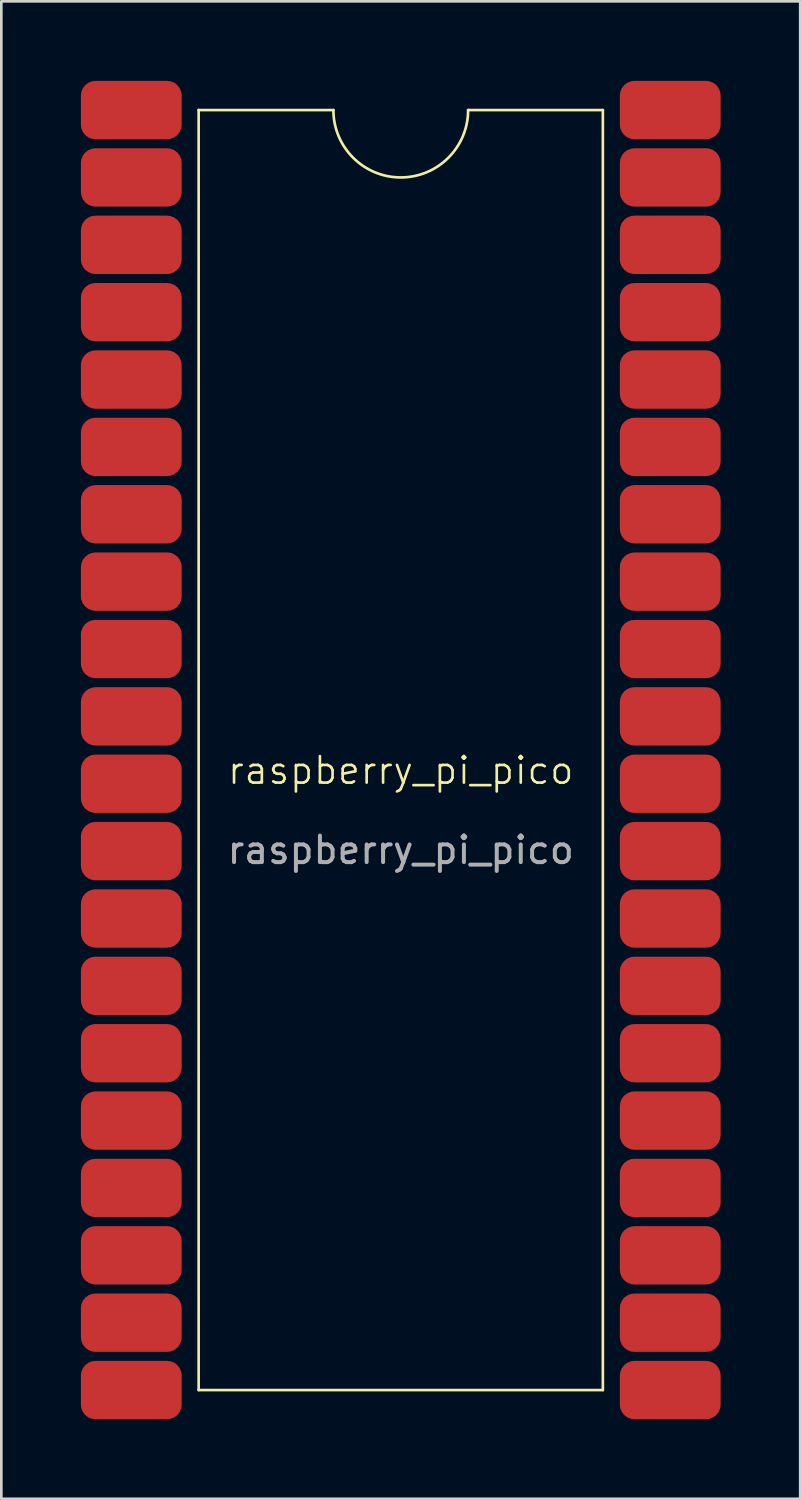
<source format=kicad_pcb>
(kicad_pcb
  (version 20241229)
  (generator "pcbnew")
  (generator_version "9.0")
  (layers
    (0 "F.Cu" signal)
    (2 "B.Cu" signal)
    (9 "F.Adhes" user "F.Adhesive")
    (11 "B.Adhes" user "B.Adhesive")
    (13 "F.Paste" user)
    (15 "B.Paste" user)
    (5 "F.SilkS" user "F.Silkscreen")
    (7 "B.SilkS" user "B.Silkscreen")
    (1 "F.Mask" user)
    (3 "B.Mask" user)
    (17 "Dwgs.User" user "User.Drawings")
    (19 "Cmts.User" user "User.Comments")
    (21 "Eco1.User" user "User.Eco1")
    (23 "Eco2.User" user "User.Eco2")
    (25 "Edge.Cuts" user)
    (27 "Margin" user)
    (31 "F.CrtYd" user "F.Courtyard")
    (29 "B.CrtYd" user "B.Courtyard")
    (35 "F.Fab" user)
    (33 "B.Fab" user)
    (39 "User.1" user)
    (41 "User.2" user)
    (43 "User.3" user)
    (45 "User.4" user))
  (footprint "raspberry_pi_pico"
    (layer "F.Cu")
    (at 12.06 26.5)
    (property "Reference" "raspberry_pi_pico" (at 0 -0.5 0) (unlocked yes) (layer "F.SilkS") (effects (font (size 1 1) (thickness 0.1))))
    (attr smd)
    (fp_line (start -7.62 -25.4) (end -2.54 -25.4) (stroke (width 0.1) (type default)) (layer "F.SilkS"))
    (fp_line (start -7.62 22.86) (end -7.62 -25.4) (stroke (width 0.1) (type default)) (layer "F.SilkS"))
    (fp_line (start 2.54 -25.4) (end 7.62 -25.4) (stroke (width 0.1) (type default)) (layer "F.SilkS"))
    (fp_line (start 7.62 -25.4) (end 7.62 22.86) (stroke (width 0.1) (type default)) (layer "F.SilkS"))
    (fp_line (start 7.62 22.86) (end -7.62 22.86) (stroke (width 0.1) (type default)) (layer "F.SilkS"))
    (fp_arc (start 2.54 -25.4) (mid 0 -22.86) (end -2.54 -25.4) (stroke (width 0.1) (type default)) (layer "F.SilkS"))
    (fp_text user "${REFERENCE}" (at 0 2.5 0) (unlocked yes) (layer "F.Fab") (effects (font (size 1 1) (thickness 0.15))))
    (pad "1" smd roundrect (at -10.16 -25.4) (size 3.8 2.2) (layers "F.Cu" "F.Mask" "F.Paste") (roundrect_rratio 0.25))
    (pad "2" smd roundrect (at -10.16 -22.86) (size 3.8 2.2) (layers "F.Cu" "F.Mask" "F.Paste") (roundrect_rratio 0.25))
    (pad "3" smd roundrect (at -10.16 -20.32) (size 3.8 2.2) (layers "F.Cu" "F.Mask" "F.Paste") (roundrect_rratio 0.25))
    (pad "4" smd roundrect (at -10.16 -17.78) (size 3.8 2.2) (layers "F.Cu" "F.Mask" "F.Paste") (roundrect_rratio 0.25))
    (pad "5" smd roundrect (at -10.16 -15.24) (size 3.8 2.2) (layers "F.Cu" "F.Mask" "F.Paste") (roundrect_rratio 0.25))
    (pad "6" smd roundrect (at -10.16 -12.7) (size 3.8 2.2) (layers "F.Cu" "F.Mask" "F.Paste") (roundrect_rratio 0.25))
    (pad "7" smd roundrect (at -10.16 -10.16) (size 3.8 2.2) (layers "F.Cu" "F.Mask" "F.Paste") (roundrect_rratio 0.25))
    (pad "8" smd roundrect (at -10.16 -7.62) (size 3.8 2.2) (layers "F.Cu" "F.Mask" "F.Paste") (roundrect_rratio 0.25))
    (pad "9" smd roundrect (at -10.16 -5.08) (size 3.8 2.2) (layers "F.Cu" "F.Mask" "F.Paste") (roundrect_rratio 0.25))
    (pad "10" smd roundrect (at -10.16 -2.54) (size 3.8 2.2) (layers "F.Cu" "F.Mask" "F.Paste") (roundrect_rratio 0.25))
    (pad "11" smd roundrect (at -10.16 0) (size 3.8 2.2) (layers "F.Cu" "F.Mask" "F.Paste") (roundrect_rratio 0.25))
    (pad "12" smd roundrect (at -10.16 2.54) (size 3.8 2.2) (layers "F.Cu" "F.Mask" "F.Paste") (roundrect_rratio 0.25))
    (pad "13" smd roundrect (at -10.16 5.08) (size 3.8 2.2) (layers "F.Cu" "F.Mask" "F.Paste") (roundrect_rratio 0.25))
    (pad "14" smd roundrect (at -10.16 7.62) (size 3.8 2.2) (layers "F.Cu" "F.Mask" "F.Paste") (roundrect_rratio 0.25))
    (pad "15" smd roundrect (at -10.16 10.16) (size 3.8 2.2) (layers "F.Cu" "F.Mask" "F.Paste") (roundrect_rratio 0.25))
    (pad "16" smd roundrect (at -10.16 12.7) (size 3.8 2.2) (layers "F.Cu" "F.Mask" "F.Paste") (roundrect_rratio 0.25))
    (pad "17" smd roundrect (at -10.16 15.24) (size 3.8 2.2) (layers "F.Cu" "F.Mask" "F.Paste") (roundrect_rratio 0.25))
    (pad "18" smd roundrect (at -10.16 17.78) (size 3.8 2.2) (layers "F.Cu" "F.Mask" "F.Paste") (roundrect_rratio 0.25))
    (pad "19" smd roundrect (at -10.16 20.32) (size 3.8 2.2) (layers "F.Cu" "F.Mask" "F.Paste") (roundrect_rratio 0.25))
    (pad "20" smd roundrect (at -10.16 22.86) (size 3.8 2.2) (layers "F.Cu" "F.Mask" "F.Paste") (roundrect_rratio 0.25))
    (pad "21" smd roundrect (at 10.16 22.86) (size 3.8 2.2) (layers "F.Cu" "F.Mask" "F.Paste") (roundrect_rratio 0.25))
    (pad "22" smd roundrect (at 10.16 20.32) (size 3.8 2.2) (layers "F.Cu" "F.Mask" "F.Paste") (roundrect_rratio 0.25))
    (pad "23" smd roundrect (at 10.16 17.78) (size 3.8 2.2) (layers "F.Cu" "F.Mask" "F.Paste") (roundrect_rratio 0.25))
    (pad "24" smd roundrect (at 10.16 15.24) (size 3.8 2.2) (layers "F.Cu" "F.Mask" "F.Paste") (roundrect_rratio 0.25))
    (pad "25" smd roundrect (at 10.16 12.7) (size 3.8 2.2) (layers "F.Cu" "F.Mask" "F.Paste") (roundrect_rratio 0.25))
    (pad "26" smd roundrect (at 10.16 10.16) (size 3.8 2.2) (layers "F.Cu" "F.Mask" "F.Paste") (roundrect_rratio 0.25))
    (pad "27" smd roundrect (at 10.16 7.62) (size 3.8 2.2) (layers "F.Cu" "F.Mask" "F.Paste") (roundrect_rratio 0.25))
    (pad "28" smd roundrect (at 10.16 5.08) (size 3.8 2.2) (layers "F.Cu" "F.Mask" "F.Paste") (roundrect_rratio 0.25))
    (pad "29" smd roundrect (at 10.16 2.54) (size 3.8 2.2) (layers "F.Cu" "F.Mask" "F.Paste") (roundrect_rratio 0.25))
    (pad "30" smd roundrect (at 10.16 0) (size 3.8 2.2) (layers "F.Cu" "F.Mask" "F.Paste") (roundrect_rratio 0.25))
    (pad "31" smd roundrect (at 10.16 -2.54) (size 3.8 2.2) (layers "F.Cu" "F.Mask" "F.Paste") (roundrect_rratio 0.25))
    (pad "32" smd roundrect (at 10.16 -5.08) (size 3.8 2.2) (layers "F.Cu" "F.Mask" "F.Paste") (roundrect_rratio 0.25))
    (pad "33" smd roundrect (at 10.16 -7.62) (size 3.8 2.2) (layers "F.Cu" "F.Mask" "F.Paste") (roundrect_rratio 0.25))
    (pad "34" smd roundrect (at 10.16 -10.16) (size 3.8 2.2) (layers "F.Cu" "F.Mask" "F.Paste") (roundrect_rratio 0.25))
    (pad "35" smd roundrect (at 10.16 -12.7) (size 3.8 2.2) (layers "F.Cu" "F.Mask" "F.Paste") (roundrect_rratio 0.25))
    (pad "36" smd roundrect (at 10.16 -15.24) (size 3.8 2.2) (layers "F.Cu" "F.Mask" "F.Paste") (roundrect_rratio 0.25))
    (pad "37" smd roundrect (at 10.16 -17.78) (size 3.8 2.2) (layers "F.Cu" "F.Mask" "F.Paste") (roundrect_rratio 0.25))
    (pad "38" smd roundrect (at 10.16 -20.32) (size 3.8 2.2) (layers "F.Cu" "F.Mask" "F.Paste") (roundrect_rratio 0.25))
    (pad "39" smd roundrect (at 10.16 -22.86) (size 3.8 2.2) (layers "F.Cu" "F.Mask" "F.Paste") (roundrect_rratio 0.25))
    (pad "40" smd roundrect (at 10.16 -25.4) (size 3.8 2.2) (layers "F.Cu" "F.Mask" "F.Paste") (roundrect_rratio 0.25)))
  (gr_rect
    (start -3 -3)
    (end 27.12 53.46)
    (stroke (width 0.1) (type default))
    (fill no)
    (layer "Edge.Cuts")))
</source>
